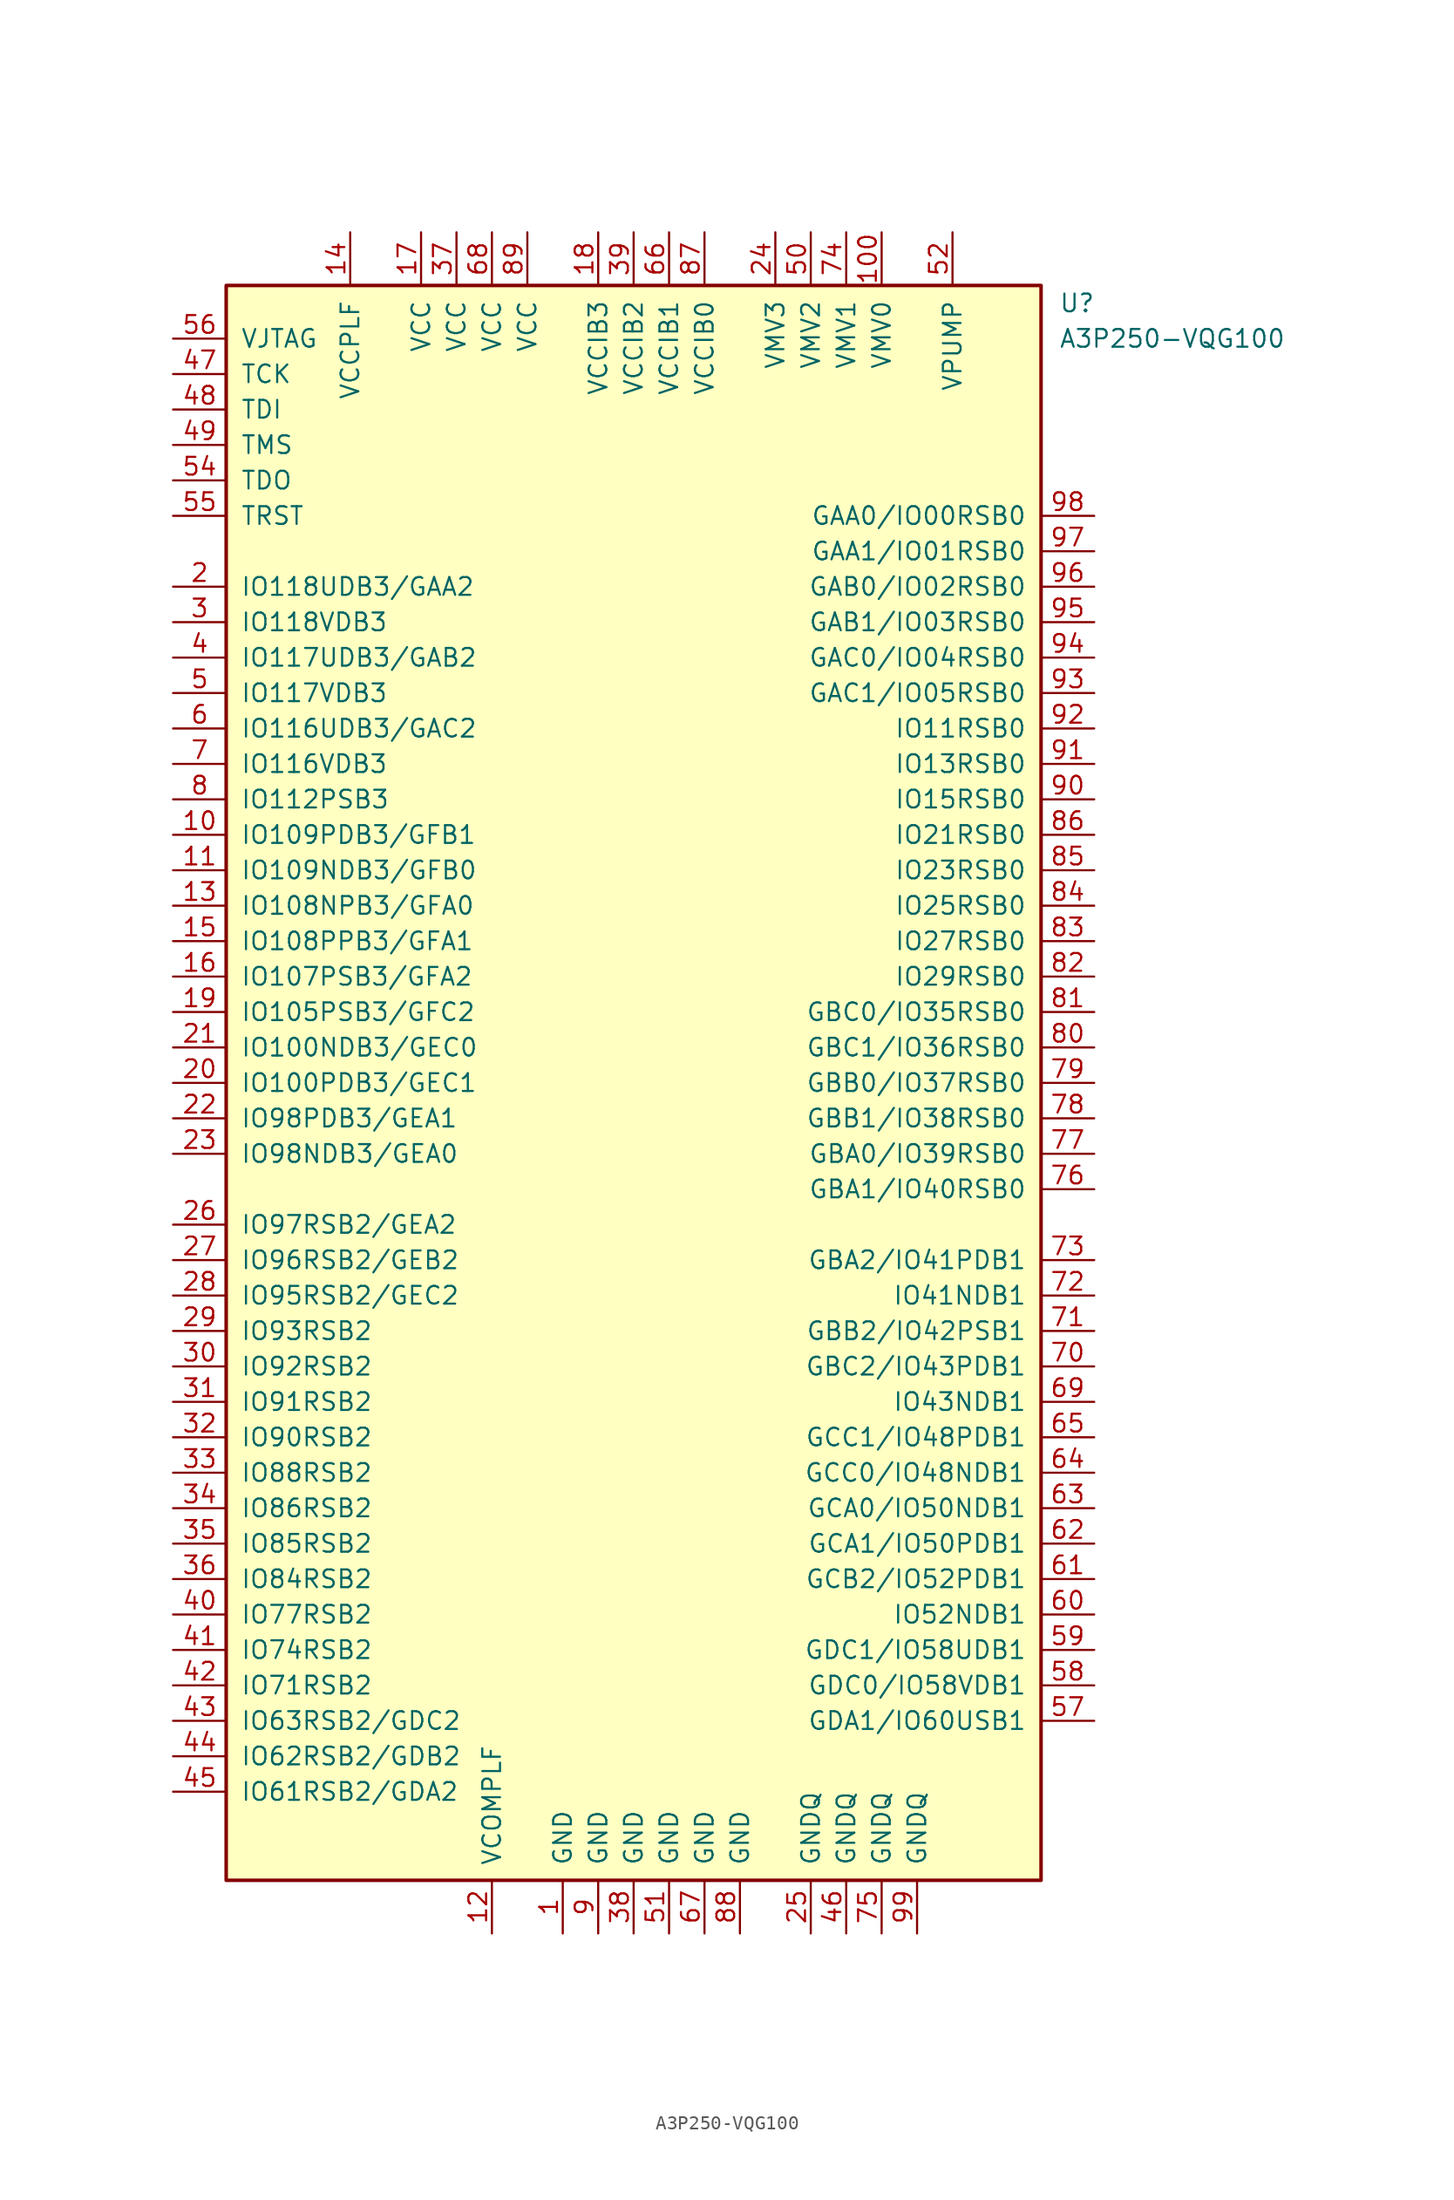
<source format=kicad_sym>
(kicad_symbol_lib
  (version 20211014)
  (generator kicad_symbol_editor)
  (symbol "A3P250-VQG100"
    (pin_names
      (offset 1.016))
    (property "Reference" "U"
      (at 30.48 55.88 0)
      (effects (font (size 1.27 1.27)) (justify left)))
    (property "Value" "A3P250-VQG100"
      (at 30.48 53.34 0)
      (effects (font (size 1.27 1.27)) (justify left)))
    (symbol "A3P250-VQG100_0_1"
      (rectangle (start -29.21 57.15) (end 29.21 -57.15) (stroke (width 0.254) (type default) (color 0 0 0 0)) (fill (type background))))
    (symbol "A3P250-VQG100_1_1"
      (pin power_out line (at -5.08 -60.96 90) (length 3.81) (name "GND" (effects (font (size 1.27 1.27)))) (number "1" (effects (font (size 1.27 1.27)))))
      (pin bidirectional line (at -33.02 17.78 0) (length 3.81) (name "IO109PDB3/GFB1" (effects (font (size 1.27 1.27)))) (number "10" (effects (font (size 1.27 1.27)))))
      (pin power_in line (at 17.78 60.96 270) (length 3.81) (name "VMV0" (effects (font (size 1.27 1.27)))) (number "100" (effects (font (size 1.27 1.27)))))
      (pin bidirectional line (at -33.02 15.24 0) (length 3.81) (name "IO109NDB3/GFB0" (effects (font (size 1.27 1.27)))) (number "11" (effects (font (size 1.27 1.27)))))
      (pin power_in line (at -10.16 -60.96 90) (length 3.81) (name "VCOMPLF" (effects (font (size 1.27 1.27)))) (number "12" (effects (font (size 1.27 1.27)))))
      (pin bidirectional line (at -33.02 12.7 0) (length 3.81) (name "IO108NPB3/GFA0" (effects (font (size 1.27 1.27)))) (number "13" (effects (font (size 1.27 1.27)))))
      (pin power_in line (at -20.32 60.96 270) (length 3.81) (name "VCCPLF" (effects (font (size 1.27 1.27)))) (number "14" (effects (font (size 1.27 1.27)))))
      (pin bidirectional line (at -33.02 10.16 0) (length 3.81) (name "IO108PPB3/GFA1" (effects (font (size 1.27 1.27)))) (number "15" (effects (font (size 1.27 1.27)))))
      (pin bidirectional line (at -33.02 7.62 0) (length 3.81) (name "IO107PSB3/GFA2" (effects (font (size 1.27 1.27)))) (number "16" (effects (font (size 1.27 1.27)))))
      (pin power_in line (at -15.24 60.96 270) (length 3.81) (name "VCC" (effects (font (size 1.27 1.27)))) (number "17" (effects (font (size 1.27 1.27)))))
      (pin power_in line (at -2.54 60.96 270) (length 3.81) (name "VCCIB3" (effects (font (size 1.27 1.27)))) (number "18" (effects (font (size 1.27 1.27)))))
      (pin bidirectional line (at -33.02 5.08 0) (length 3.81) (name "IO105PSB3/GFC2" (effects (font (size 1.27 1.27)))) (number "19" (effects (font (size 1.27 1.27)))))
      (pin bidirectional line (at -33.02 35.56 0) (length 3.81) (name "IO118UDB3/GAA2" (effects (font (size 1.27 1.27)))) (number "2" (effects (font (size 1.27 1.27)))))
      (pin bidirectional line (at -33.02 0 0) (length 3.81) (name "IO100PDB3/GEC1" (effects (font (size 1.27 1.27)))) (number "20" (effects (font (size 1.27 1.27)))))
      (pin bidirectional line (at -33.02 2.54 0) (length 3.81) (name "IO100NDB3/GEC0" (effects (font (size 1.27 1.27)))) (number "21" (effects (font (size 1.27 1.27)))))
      (pin bidirectional line (at -33.02 -2.54 0) (length 3.81) (name "IO98PDB3/GEA1" (effects (font (size 1.27 1.27)))) (number "22" (effects (font (size 1.27 1.27)))))
      (pin bidirectional line (at -33.02 -5.08 0) (length 3.81) (name "IO98NDB3/GEA0" (effects (font (size 1.27 1.27)))) (number "23" (effects (font (size 1.27 1.27)))))
      (pin bidirectional line (at 10.16 60.96 270) (length 3.81) (name "VMV3" (effects (font (size 1.27 1.27)))) (number "24" (effects (font (size 1.27 1.27)))))
      (pin bidirectional line (at 12.7 -60.96 90) (length 3.81) (name "GNDQ" (effects (font (size 1.27 1.27)))) (number "25" (effects (font (size 1.27 1.27)))))
      (pin bidirectional line (at -33.02 -10.16 0) (length 3.81) (name "IO97RSB2/GEA2" (effects (font (size 1.27 1.27)))) (number "26" (effects (font (size 1.27 1.27)))))
      (pin bidirectional line (at -33.02 -12.7 0) (length 3.81) (name "IO96RSB2/GEB2" (effects (font (size 1.27 1.27)))) (number "27" (effects (font (size 1.27 1.27)))))
      (pin bidirectional line (at -33.02 -15.24 0) (length 3.81) (name "IO95RSB2/GEC2" (effects (font (size 1.27 1.27)))) (number "28" (effects (font (size 1.27 1.27)))))
      (pin bidirectional line (at -33.02 -17.78 0) (length 3.81) (name "IO93RSB2" (effects (font (size 1.27 1.27)))) (number "29" (effects (font (size 1.27 1.27)))))
      (pin bidirectional line (at -33.02 33.02 0) (length 3.81) (name "IO118VDB3" (effects (font (size 1.27 1.27)))) (number "3" (effects (font (size 1.27 1.27)))))
      (pin bidirectional line (at -33.02 -20.32 0) (length 3.81) (name "IO92RSB2" (effects (font (size 1.27 1.27)))) (number "30" (effects (font (size 1.27 1.27)))))
      (pin bidirectional line (at -33.02 -22.86 0) (length 3.81) (name "IO91RSB2" (effects (font (size 1.27 1.27)))) (number "31" (effects (font (size 1.27 1.27)))))
      (pin bidirectional line (at -33.02 -25.4 0) (length 3.81) (name "IO90RSB2" (effects (font (size 1.27 1.27)))) (number "32" (effects (font (size 1.27 1.27)))))
      (pin bidirectional line (at -33.02 -27.94 0) (length 3.81) (name "IO88RSB2" (effects (font (size 1.27 1.27)))) (number "33" (effects (font (size 1.27 1.27)))))
      (pin bidirectional line (at -33.02 -30.48 0) (length 3.81) (name "IO86RSB2" (effects (font (size 1.27 1.27)))) (number "34" (effects (font (size 1.27 1.27)))))
      (pin bidirectional line (at -33.02 -33.02 0) (length 3.81) (name "IO85RSB2" (effects (font (size 1.27 1.27)))) (number "35" (effects (font (size 1.27 1.27)))))
      (pin bidirectional line (at -33.02 -35.56 0) (length 3.81) (name "IO84RSB2" (effects (font (size 1.27 1.27)))) (number "36" (effects (font (size 1.27 1.27)))))
      (pin power_in line (at -12.7 60.96 270) (length 3.81) (name "VCC" (effects (font (size 1.27 1.27)))) (number "37" (effects (font (size 1.27 1.27)))))
      (pin power_out line (at 0 -60.96 90) (length 3.81) (name "GND" (effects (font (size 1.27 1.27)))) (number "38" (effects (font (size 1.27 1.27)))))
      (pin power_in line (at 0 60.96 270) (length 3.81) (name "VCCIB2" (effects (font (size 1.27 1.27)))) (number "39" (effects (font (size 1.27 1.27)))))
      (pin bidirectional line (at -33.02 30.48 0) (length 3.81) (name "IO117UDB3/GAB2" (effects (font (size 1.27 1.27)))) (number "4" (effects (font (size 1.27 1.27)))))
      (pin bidirectional line (at -33.02 -38.1 0) (length 3.81) (name "IO77RSB2" (effects (font (size 1.27 1.27)))) (number "40" (effects (font (size 1.27 1.27)))))
      (pin bidirectional line (at -33.02 -40.64 0) (length 3.81) (name "IO74RSB2" (effects (font (size 1.27 1.27)))) (number "41" (effects (font (size 1.27 1.27)))))
      (pin bidirectional line (at -33.02 -43.18 0) (length 3.81) (name "IO71RSB2" (effects (font (size 1.27 1.27)))) (number "42" (effects (font (size 1.27 1.27)))))
      (pin bidirectional line (at -33.02 -45.72 0) (length 3.81) (name "IO63RSB2/GDC2" (effects (font (size 1.27 1.27)))) (number "43" (effects (font (size 1.27 1.27)))))
      (pin bidirectional line (at -33.02 -48.26 0) (length 3.81) (name "IO62RSB2/GDB2" (effects (font (size 1.27 1.27)))) (number "44" (effects (font (size 1.27 1.27)))))
      (pin bidirectional line (at -33.02 -50.8 0) (length 3.81) (name "IO61RSB2/GDA2" (effects (font (size 1.27 1.27)))) (number "45" (effects (font (size 1.27 1.27)))))
      (pin power_out line (at 15.24 -60.96 90) (length 3.81) (name "GNDQ" (effects (font (size 1.27 1.27)))) (number "46" (effects (font (size 1.27 1.27)))))
      (pin bidirectional line (at -33.02 50.8 0) (length 3.81) (name "TCK" (effects (font (size 1.27 1.27)))) (number "47" (effects (font (size 1.27 1.27)))))
      (pin bidirectional line (at -33.02 48.26 0) (length 3.81) (name "TDI" (effects (font (size 1.27 1.27)))) (number "48" (effects (font (size 1.27 1.27)))))
      (pin bidirectional line (at -33.02 45.72 0) (length 3.81) (name "TMS" (effects (font (size 1.27 1.27)))) (number "49" (effects (font (size 1.27 1.27)))))
      (pin bidirectional line (at -33.02 27.94 0) (length 3.81) (name "IO117VDB3" (effects (font (size 1.27 1.27)))) (number "5" (effects (font (size 1.27 1.27)))))
      (pin power_in line (at 12.7 60.96 270) (length 3.81) (name "VMV2" (effects (font (size 1.27 1.27)))) (number "50" (effects (font (size 1.27 1.27)))))
      (pin power_out line (at 2.54 -60.96 90) (length 3.81) (name "GND" (effects (font (size 1.27 1.27)))) (number "51" (effects (font (size 1.27 1.27)))))
      (pin power_in line (at 22.86 60.96 270) (length 3.81) (name "VPUMP" (effects (font (size 1.27 1.27)))) (number "52" (effects (font (size 1.27 1.27)))))
      (pin bidirectional line (at -33.02 43.18 0) (length 3.81) (name "TDO" (effects (font (size 1.27 1.27)))) (number "54" (effects (font (size 1.27 1.27)))))
      (pin bidirectional line (at -33.02 40.64 0) (length 3.81) (name "TRST" (effects (font (size 1.27 1.27)))) (number "55" (effects (font (size 1.27 1.27)))))
      (pin bidirectional line (at -33.02 53.34 0) (length 3.81) (name "VJTAG" (effects (font (size 1.27 1.27)))) (number "56" (effects (font (size 1.27 1.27)))))
      (pin bidirectional line (at 33.02 -45.72 180) (length 3.81) (name "GDA1/IO60USB1" (effects (font (size 1.27 1.27)))) (number "57" (effects (font (size 1.27 1.27)))))
      (pin bidirectional line (at 33.02 -43.18 180) (length 3.81) (name "GDC0/IO58VDB1" (effects (font (size 1.27 1.27)))) (number "58" (effects (font (size 1.27 1.27)))))
      (pin bidirectional line (at 33.02 -40.64 180) (length 3.81) (name "GDC1/IO58UDB1" (effects (font (size 1.27 1.27)))) (number "59" (effects (font (size 1.27 1.27)))))
      (pin bidirectional line (at -33.02 25.4 0) (length 3.81) (name "IO116UDB3/GAC2" (effects (font (size 1.27 1.27)))) (number "6" (effects (font (size 1.27 1.27)))))
      (pin bidirectional line (at 33.02 -38.1 180) (length 3.81) (name "IO52NDB1" (effects (font (size 1.27 1.27)))) (number "60" (effects (font (size 1.27 1.27)))))
      (pin bidirectional line (at 33.02 -35.56 180) (length 3.81) (name "GCB2/IO52PDB1" (effects (font (size 1.27 1.27)))) (number "61" (effects (font (size 1.27 1.27)))))
      (pin bidirectional line (at 33.02 -33.02 180) (length 3.81) (name "GCA1/IO50PDB1" (effects (font (size 1.27 1.27)))) (number "62" (effects (font (size 1.27 1.27)))))
      (pin bidirectional line (at 33.02 -30.48 180) (length 3.81) (name "GCA0/IO50NDB1" (effects (font (size 1.27 1.27)))) (number "63" (effects (font (size 1.27 1.27)))))
      (pin bidirectional line (at 33.02 -27.94 180) (length 3.81) (name "GCC0/IO48NDB1" (effects (font (size 1.27 1.27)))) (number "64" (effects (font (size 1.27 1.27)))))
      (pin bidirectional line (at 33.02 -25.4 180) (length 3.81) (name "GCC1/IO48PDB1" (effects (font (size 1.27 1.27)))) (number "65" (effects (font (size 1.27 1.27)))))
      (pin bidirectional line (at 2.54 60.96 270) (length 3.81) (name "VCCIB1" (effects (font (size 1.27 1.27)))) (number "66" (effects (font (size 1.27 1.27)))))
      (pin power_out line (at 5.08 -60.96 90) (length 3.81) (name "GND" (effects (font (size 1.27 1.27)))) (number "67" (effects (font (size 1.27 1.27)))))
      (pin power_in line (at -10.16 60.96 270) (length 3.81) (name "VCC" (effects (font (size 1.27 1.27)))) (number "68" (effects (font (size 1.27 1.27)))))
      (pin bidirectional line (at 33.02 -22.86 180) (length 3.81) (name "IO43NDB1" (effects (font (size 1.27 1.27)))) (number "69" (effects (font (size 1.27 1.27)))))
      (pin input line (at -33.02 22.86 0) (length 3.81) (name "IO116VDB3" (effects (font (size 1.27 1.27)))) (number "7" (effects (font (size 1.27 1.27)))))
      (pin bidirectional line (at 33.02 -20.32 180) (length 3.81) (name "GBC2/IO43PDB1" (effects (font (size 1.27 1.27)))) (number "70" (effects (font (size 1.27 1.27)))))
      (pin bidirectional line (at 33.02 -17.78 180) (length 3.81) (name "GBB2/IO42PSB1" (effects (font (size 1.27 1.27)))) (number "71" (effects (font (size 1.27 1.27)))))
      (pin bidirectional line (at 33.02 -15.24 180) (length 3.81) (name "IO41NDB1" (effects (font (size 1.27 1.27)))) (number "72" (effects (font (size 1.27 1.27)))))
      (pin bidirectional line (at 33.02 -12.7 180) (length 3.81) (name "GBA2/IO41PDB1" (effects (font (size 1.27 1.27)))) (number "73" (effects (font (size 1.27 1.27)))))
      (pin bidirectional line (at 15.24 60.96 270) (length 3.81) (name "VMV1" (effects (font (size 1.27 1.27)))) (number "74" (effects (font (size 1.27 1.27)))))
      (pin bidirectional line (at 17.78 -60.96 90) (length 3.81) (name "GNDQ" (effects (font (size 1.27 1.27)))) (number "75" (effects (font (size 1.27 1.27)))))
      (pin bidirectional line (at 33.02 -7.62 180) (length 3.81) (name "GBA1/IO40RSB0" (effects (font (size 1.27 1.27)))) (number "76" (effects (font (size 1.27 1.27)))))
      (pin bidirectional line (at 33.02 -5.08 180) (length 3.81) (name "GBA0/IO39RSB0" (effects (font (size 1.27 1.27)))) (number "77" (effects (font (size 1.27 1.27)))))
      (pin bidirectional line (at 33.02 -2.54 180) (length 3.81) (name "GBB1/IO38RSB0" (effects (font (size 1.27 1.27)))) (number "78" (effects (font (size 1.27 1.27)))))
      (pin bidirectional line (at 33.02 0 180) (length 3.81) (name "GBB0/IO37RSB0" (effects (font (size 1.27 1.27)))) (number "79" (effects (font (size 1.27 1.27)))))
      (pin bidirectional line (at -33.02 20.32 0) (length 3.81) (name "IO112PSB3" (effects (font (size 1.27 1.27)))) (number "8" (effects (font (size 1.27 1.27)))))
      (pin bidirectional line (at 33.02 2.54 180) (length 3.81) (name "GBC1/IO36RSB0" (effects (font (size 1.27 1.27)))) (number "80" (effects (font (size 1.27 1.27)))))
      (pin bidirectional line (at 33.02 5.08 180) (length 3.81) (name "GBC0/IO35RSB0" (effects (font (size 1.27 1.27)))) (number "81" (effects (font (size 1.27 1.27)))))
      (pin bidirectional line (at 33.02 7.62 180) (length 3.81) (name "IO29RSB0" (effects (font (size 1.27 1.27)))) (number "82" (effects (font (size 1.27 1.27)))))
      (pin bidirectional line (at 33.02 10.16 180) (length 3.81) (name "IO27RSB0" (effects (font (size 1.27 1.27)))) (number "83" (effects (font (size 1.27 1.27)))))
      (pin bidirectional line (at 33.02 12.7 180) (length 3.81) (name "IO25RSB0" (effects (font (size 1.27 1.27)))) (number "84" (effects (font (size 1.27 1.27)))))
      (pin bidirectional line (at 33.02 15.24 180) (length 3.81) (name "IO23RSB0" (effects (font (size 1.27 1.27)))) (number "85" (effects (font (size 1.27 1.27)))))
      (pin bidirectional line (at 33.02 17.78 180) (length 3.81) (name "IO21RSB0" (effects (font (size 1.27 1.27)))) (number "86" (effects (font (size 1.27 1.27)))))
      (pin power_in line (at 5.08 60.96 270) (length 3.81) (name "VCCIB0" (effects (font (size 1.27 1.27)))) (number "87" (effects (font (size 1.27 1.27)))))
      (pin power_out line (at 7.62 -60.96 90) (length 3.81) (name "GND" (effects (font (size 1.27 1.27)))) (number "88" (effects (font (size 1.27 1.27)))))
      (pin power_in line (at -7.62 60.96 270) (length 3.81) (name "VCC" (effects (font (size 1.27 1.27)))) (number "89" (effects (font (size 1.27 1.27)))))
      (pin power_out line (at -2.54 -60.96 90) (length 3.81) (name "GND" (effects (font (size 1.27 1.27)))) (number "9" (effects (font (size 1.27 1.27)))))
      (pin input line (at 33.02 20.32 180) (length 3.81) (name "IO15RSB0" (effects (font (size 1.27 1.27)))) (number "90" (effects (font (size 1.27 1.27)))))
      (pin bidirectional line (at 33.02 22.86 180) (length 3.81) (name "IO13RSB0" (effects (font (size 1.27 1.27)))) (number "91" (effects (font (size 1.27 1.27)))))
      (pin bidirectional line (at 33.02 25.4 180) (length 3.81) (name "IO11RSB0" (effects (font (size 1.27 1.27)))) (number "92" (effects (font (size 1.27 1.27)))))
      (pin bidirectional line (at 33.02 27.94 180) (length 3.81) (name "GAC1/IO05RSB0" (effects (font (size 1.27 1.27)))) (number "93" (effects (font (size 1.27 1.27)))))
      (pin bidirectional line (at 33.02 30.48 180) (length 3.81) (name "GAC0/IO04RSB0" (effects (font (size 1.27 1.27)))) (number "94" (effects (font (size 1.27 1.27)))))
      (pin bidirectional line (at 33.02 33.02 180) (length 3.81) (name "GAB1/IO03RSB0" (effects (font (size 1.27 1.27)))) (number "95" (effects (font (size 1.27 1.27)))))
      (pin bidirectional line (at 33.02 35.56 180) (length 3.81) (name "GAB0/IO02RSB0" (effects (font (size 1.27 1.27)))) (number "96" (effects (font (size 1.27 1.27)))))
      (pin bidirectional line (at 33.02 38.1 180) (length 3.81) (name "GAA1/IO01RSB0" (effects (font (size 1.27 1.27)))) (number "97" (effects (font (size 1.27 1.27)))))
      (pin bidirectional line (at 33.02 40.64 180) (length 3.81) (name "GAA0/IO00RSB0" (effects (font (size 1.27 1.27)))) (number "98" (effects (font (size 1.27 1.27)))))
      (pin power_out line (at 20.32 -60.96 90) (length 3.81) (name "GNDQ" (effects (font (size 1.27 1.27)))) (number "99" (effects (font (size 1.27 1.27))))))))
</source>
